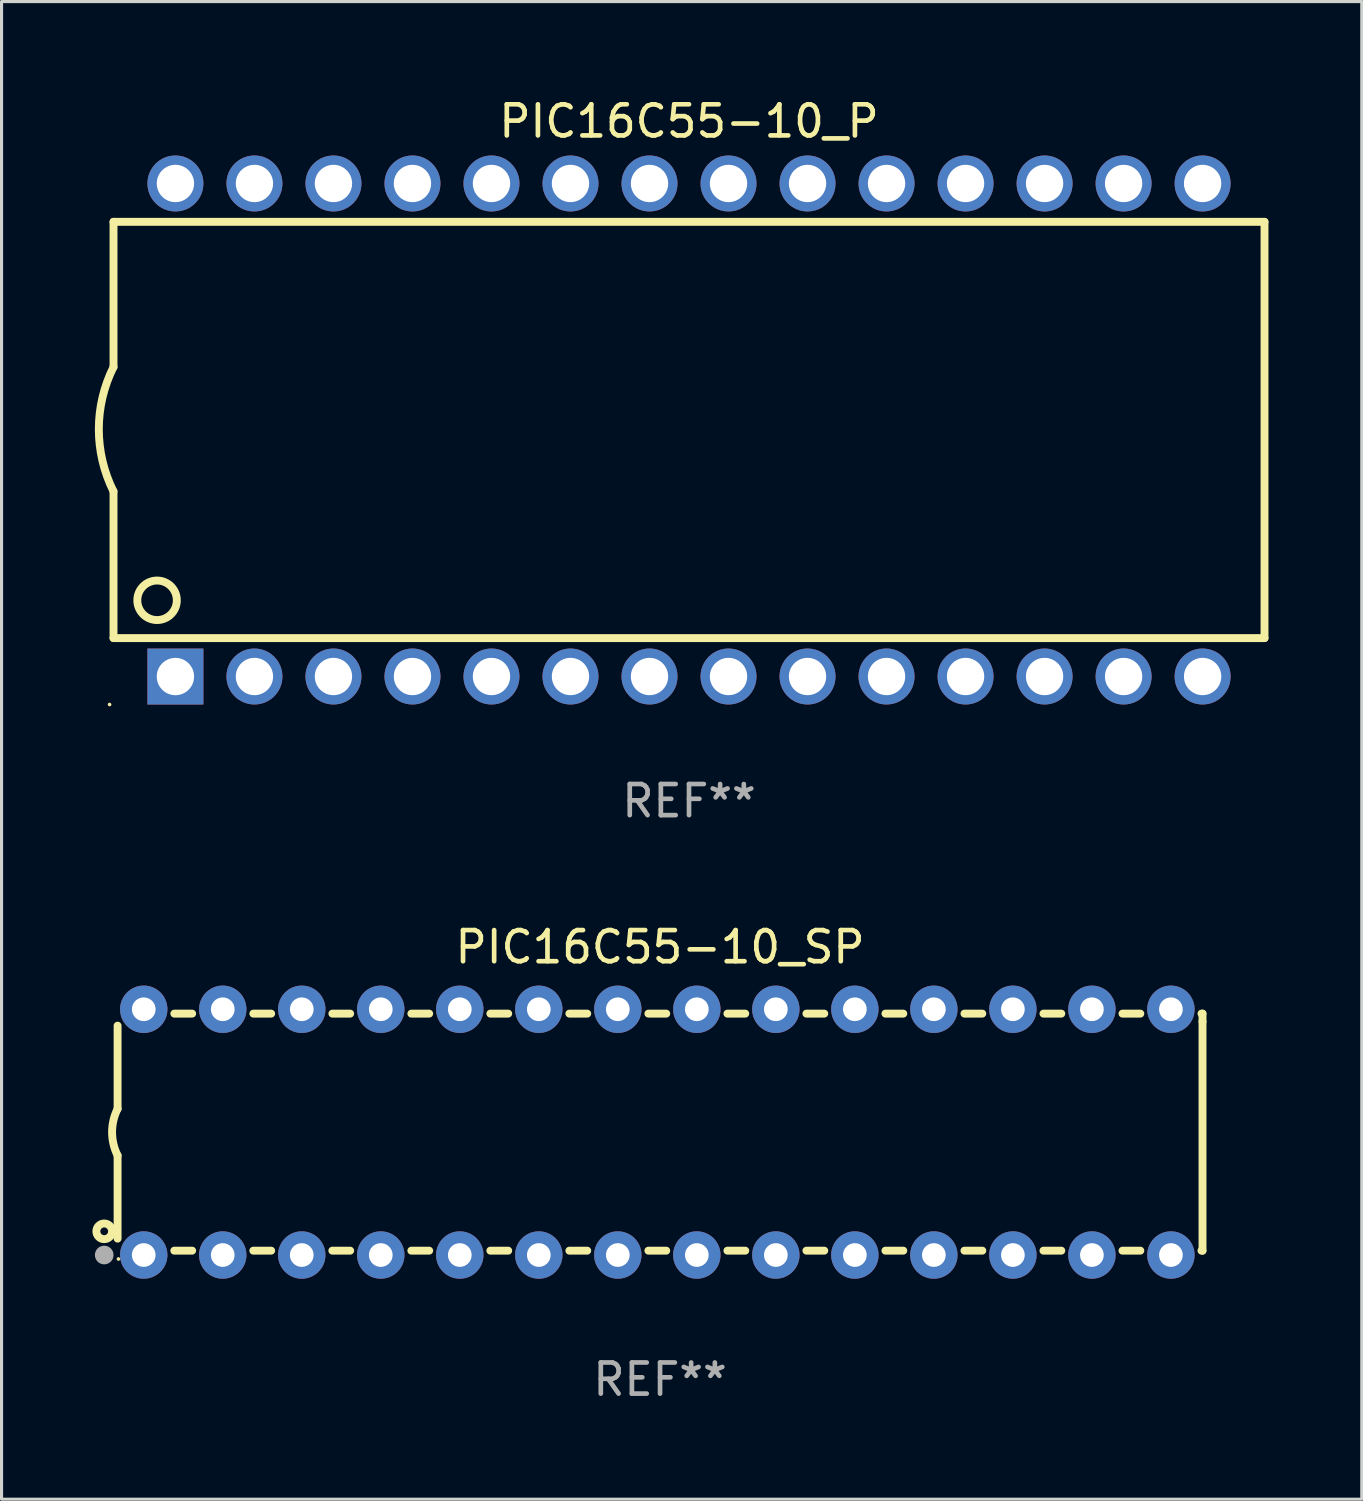
<source format=kicad_pcb>
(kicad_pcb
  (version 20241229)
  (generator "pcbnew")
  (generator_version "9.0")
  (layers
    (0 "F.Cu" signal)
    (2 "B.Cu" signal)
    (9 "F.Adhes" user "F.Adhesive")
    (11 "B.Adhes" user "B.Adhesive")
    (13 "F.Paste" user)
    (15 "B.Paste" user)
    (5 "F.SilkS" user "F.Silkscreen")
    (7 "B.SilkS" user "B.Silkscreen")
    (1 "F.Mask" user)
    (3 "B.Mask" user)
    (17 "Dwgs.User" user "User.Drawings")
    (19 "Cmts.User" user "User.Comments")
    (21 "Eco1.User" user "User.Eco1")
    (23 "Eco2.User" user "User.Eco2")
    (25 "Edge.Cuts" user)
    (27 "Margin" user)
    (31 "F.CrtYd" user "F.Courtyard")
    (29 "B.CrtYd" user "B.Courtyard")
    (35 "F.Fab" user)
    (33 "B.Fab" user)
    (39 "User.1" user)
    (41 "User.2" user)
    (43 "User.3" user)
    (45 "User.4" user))
  (footprint "PIC16C55-10_SP"
    (layer "F.Cu")
    (at 18.168 33.344)
    (property "Reference" "PIC16C55-10_SP" (at 0 -5.95 0) (layer "F.SilkS") (effects (font (size 1 1) (thickness 0.15))))
    (attr through_hole)
    (fp_line (start -17.438 0.75) (end -17.438 3.423) (stroke (width 0.254) (type solid)) (layer "F.SilkS"))
    (fp_line (start -17.438 -3.423) (end -17.438 -0.75) (stroke (width 0.254) (type solid)) (layer "F.SilkS"))
    (fp_line (start -15.615 3.81) (end -15.041 3.81) (stroke (width 0.254) (type solid)) (layer "F.SilkS"))
    (fp_line (start -15.041 -3.81) (end -15.614 -3.81) (stroke (width 0.254) (type solid)) (layer "F.SilkS"))
    (fp_line (start -13.075 3.81) (end -12.501 3.81) (stroke (width 0.254) (type solid)) (layer "F.SilkS"))
    (fp_line (start -12.501 -3.81) (end -13.074 -3.81) (stroke (width 0.254) (type solid)) (layer "F.SilkS"))
    (fp_line (start -10.535 3.81) (end -9.961 3.81) (stroke (width 0.254) (type solid)) (layer "F.SilkS"))
    (fp_line (start -9.961 -3.81) (end -10.534 -3.81) (stroke (width 0.254) (type solid)) (layer "F.SilkS"))
    (fp_line (start -7.995 3.81) (end -7.421 3.81) (stroke (width 0.254) (type solid)) (layer "F.SilkS"))
    (fp_line (start -7.421 -3.81) (end -7.995 -3.81) (stroke (width 0.254) (type solid)) (layer "F.SilkS"))
    (fp_line (start -5.455 3.81) (end -4.881 3.81) (stroke (width 0.254) (type solid)) (layer "F.SilkS"))
    (fp_line (start -4.881 -3.81) (end -5.455 -3.81) (stroke (width 0.254) (type solid)) (layer "F.SilkS"))
    (fp_line (start -2.915 3.81) (end -2.341 3.81) (stroke (width 0.254) (type solid)) (layer "F.SilkS"))
    (fp_line (start -2.341 -3.81) (end -2.915 -3.81) (stroke (width 0.254) (type solid)) (layer "F.SilkS"))
    (fp_line (start -0.375 3.81) (end 0.199 3.81) (stroke (width 0.254) (type solid)) (layer "F.SilkS"))
    (fp_line (start 0.199 -3.81) (end -0.375 -3.81) (stroke (width 0.254) (type solid)) (layer "F.SilkS"))
    (fp_line (start 2.165 3.81) (end 2.739 3.81) (stroke (width 0.254) (type solid)) (layer "F.SilkS"))
    (fp_line (start 2.739 -3.81) (end 2.165 -3.81) (stroke (width 0.254) (type solid)) (layer "F.SilkS"))
    (fp_line (start 4.705 3.81) (end 5.279 3.81) (stroke (width 0.254) (type solid)) (layer "F.SilkS"))
    (fp_line (start 5.279 -3.81) (end 4.705 -3.81) (stroke (width 0.254) (type solid)) (layer "F.SilkS"))
    (fp_line (start 7.245 3.81) (end 7.819 3.81) (stroke (width 0.254) (type solid)) (layer "F.SilkS"))
    (fp_line (start 7.819 -3.81) (end 7.245 -3.81) (stroke (width 0.254) (type solid)) (layer "F.SilkS"))
    (fp_line (start 9.785 3.81) (end 10.359 3.81) (stroke (width 0.254) (type solid)) (layer "F.SilkS"))
    (fp_line (start 10.359 -3.81) (end 9.785 -3.81) (stroke (width 0.254) (type solid)) (layer "F.SilkS"))
    (fp_line (start 12.325 3.81) (end 12.899 3.81) (stroke (width 0.254) (type solid)) (layer "F.SilkS"))
    (fp_line (start 12.899 -3.81) (end 12.325 -3.81) (stroke (width 0.254) (type solid)) (layer "F.SilkS"))
    (fp_line (start 14.865 3.81) (end 15.439 3.81) (stroke (width 0.254) (type solid)) (layer "F.SilkS"))
    (fp_line (start 15.439 -3.81) (end 14.865 -3.81) (stroke (width 0.254) (type solid)) (layer "F.SilkS"))
    (fp_line (start 17.405 3.81) (end 17.438 3.81) (stroke (width 0.254) (type solid)) (layer "F.SilkS"))
    (fp_line (start 17.438 -3.81) (end 17.405 -3.81) (stroke (width 0.254) (type solid)) (layer "F.SilkS"))
    (fp_line (start 17.438 -3.556) (end 17.438 -3.81) (stroke (width 0.254) (type solid)) (layer "F.SilkS"))
    (fp_line (start 17.438 3.81) (end 17.438 -3.556) (stroke (width 0.254) (type solid)) (layer "F.SilkS"))
    (fp_arc (start -17.437986 0.749657) (mid -17.614887 -0.000024) (end -17.437783 -0.749657) (stroke (width 0.254001) (type solid)) (layer "F.SilkS"))
    (fp_circle (center -17.868 3.188) (end -17.743 3.188) (stroke (width 0.254) (type solid)) (fill no) (layer "F.SilkS"))
    (fp_circle (center -17.411 4.077) (end -17.381 4.077) (stroke (width 0.06) (type solid)) (fill no) (layer "F.SilkS"))
    (fp_circle (center -17.868 3.95) (end -17.718 3.95) (stroke (width 0.3) (type solid)) (fill no) (layer "F.Fab"))
    (fp_text user "REF**" (at 0 7.95 0) (layer "F.Fab") (effects (font (size 1 1) (thickness 0.15))))
    (pad "1" thru_hole circle (at -16.598 3.95) (size 1.524 1.524) (drill 0.762) (layers "*.Cu" "*.Mask"))
    (pad "2" thru_hole circle (at -14.058 3.95) (size 1.524 1.524) (drill 0.762) (layers "*.Cu" "*.Mask"))
    (pad "3" thru_hole circle (at -11.518 3.95) (size 1.524 1.524) (drill 0.762) (layers "*.Cu" "*.Mask"))
    (pad "4" thru_hole circle (at -8.978 3.95) (size 1.524 1.524) (drill 0.762) (layers "*.Cu" "*.Mask"))
    (pad "5" thru_hole circle (at -6.438 3.95) (size 1.524 1.524) (drill 0.762) (layers "*.Cu" "*.Mask"))
    (pad "6" thru_hole circle (at -3.898 3.95) (size 1.524 1.524) (drill 0.762) (layers "*.Cu" "*.Mask"))
    (pad "7" thru_hole circle (at -1.358 3.95) (size 1.524 1.524) (drill 0.762) (layers "*.Cu" "*.Mask"))
    (pad "8" thru_hole circle (at 1.182 3.95) (size 1.524 1.524) (drill 0.762) (layers "*.Cu" "*.Mask"))
    (pad "9" thru_hole circle (at 3.722 3.95) (size 1.524 1.524) (drill 0.762) (layers "*.Cu" "*.Mask"))
    (pad "10" thru_hole circle (at 6.262 3.95) (size 1.524 1.524) (drill 0.762) (layers "*.Cu" "*.Mask"))
    (pad "11" thru_hole circle (at 8.802 3.95) (size 1.524 1.524) (drill 0.762) (layers "*.Cu" "*.Mask"))
    (pad "12" thru_hole circle (at 11.342 3.95) (size 1.524 1.524) (drill 0.762) (layers "*.Cu" "*.Mask"))
    (pad "13" thru_hole circle (at 13.882 3.95) (size 1.524 1.524) (drill 0.762) (layers "*.Cu" "*.Mask"))
    (pad "14" thru_hole circle (at 16.422 3.95) (size 1.524 1.524) (drill 0.762) (layers "*.Cu" "*.Mask"))
    (pad "15" thru_hole circle (at 16.422 -3.95) (size 1.524 1.524) (drill 0.762) (layers "*.Cu" "*.Mask"))
    (pad "16" thru_hole circle (at 13.882 -3.95) (size 1.524 1.524) (drill 0.762) (layers "*.Cu" "*.Mask"))
    (pad "17" thru_hole circle (at 11.342 -3.95) (size 1.524 1.524) (drill 0.762) (layers "*.Cu" "*.Mask"))
    (pad "18" thru_hole circle (at 8.802 -3.95) (size 1.524 1.524) (drill 0.762) (layers "*.Cu" "*.Mask"))
    (pad "19" thru_hole circle (at 6.262 -3.95) (size 1.524 1.524) (drill 0.762) (layers "*.Cu" "*.Mask"))
    (pad "20" thru_hole circle (at 3.722 -3.95) (size 1.524 1.524) (drill 0.762) (layers "*.Cu" "*.Mask"))
    (pad "21" thru_hole circle (at 1.182 -3.95) (size 1.524 1.524) (drill 0.762) (layers "*.Cu" "*.Mask"))
    (pad "22" thru_hole circle (at -1.358 -3.95) (size 1.524 1.524) (drill 0.762) (layers "*.Cu" "*.Mask"))
    (pad "23" thru_hole circle (at -3.898 -3.95) (size 1.524 1.524) (drill 0.762) (layers "*.Cu" "*.Mask"))
    (pad "24" thru_hole circle (at -6.438 -3.95) (size 1.524 1.524) (drill 0.762) (layers "*.Cu" "*.Mask"))
    (pad "25" thru_hole circle (at -8.978 -3.95) (size 1.524 1.524) (drill 0.762) (layers "*.Cu" "*.Mask"))
    (pad "26" thru_hole circle (at -11.517 -3.95) (size 1.524 1.524) (drill 0.762) (layers "*.Cu" "*.Mask"))
    (pad "27" thru_hole circle (at -14.057 -3.95) (size 1.524 1.524) (drill 0.762) (layers "*.Cu" "*.Mask"))
    (pad "28" thru_hole circle (at -16.597 -3.95) (size 1.524 1.524) (drill 0.762) (layers "*.Cu" "*.Mask")))
  (footprint "PIC16C55-10_P"
    (layer "F.Cu")
    (at 19.099 10.773)
    (property "Reference" "PIC16C55-10_P" (at 0 -9.925 0) (layer "F.SilkS") (effects (font (size 1 1) (thickness 0.15))))
    (attr through_hole)
    (fp_line (start -18.5 -6.692) (end -18.5 -2.026) (stroke (width 0.254) (type solid)) (layer "F.SilkS"))
    (fp_line (start -18.5 6.689) (end -18.5 1.974) (stroke (width 0.254) (type solid)) (layer "F.SilkS"))
    (fp_line (start -18.5 6.689) (end 18.5 6.689) (stroke (width 0.254) (type solid)) (layer "F.SilkS"))
    (fp_line (start 18.5 -6.692) (end -18.5 -6.692) (stroke (width 0.254) (type solid)) (layer "F.SilkS"))
    (fp_line (start 18.5 6.689) (end 18.5 -6.692) (stroke (width 0.254) (type solid)) (layer "F.SilkS"))
    (fp_arc (start -18.500051 1.974346) (mid -18.972187 -0.025654) (end -18.500051 -2.025654) (stroke (width 0.254001) (type solid)) (layer "F.SilkS"))
    (fp_circle (center -18.627 8.824) (end -18.597 8.824) (stroke (width 0.06) (type solid)) (fill no) (layer "F.SilkS"))
    (fp_circle (center -17.1 5.474) (end -16.465 5.474) (stroke (width 0.254) (type solid)) (fill no) (layer "F.SilkS"))
    (fp_text user "REF**" (at 0 11.925 0) (layer "F.Fab") (effects (font (size 1 1) (thickness 0.15))))
    (pad "1" thru_hole rect (at -16.51 7.925) (size 1.8 1.8) (drill 1.2) (layers "*.Cu" "*.Mask"))
    (pad "2" thru_hole circle (at -13.97 7.924) (size 1.8 1.8) (drill 1.2) (layers "*.Cu" "*.Mask"))
    (pad "3" thru_hole circle (at -11.43 7.924) (size 1.8 1.8) (drill 1.2) (layers "*.Cu" "*.Mask"))
    (pad "4" thru_hole circle (at -8.89 7.924) (size 1.8 1.8) (drill 1.2) (layers "*.Cu" "*.Mask"))
    (pad "5" thru_hole circle (at -6.35 7.924) (size 1.8 1.8) (drill 1.2) (layers "*.Cu" "*.Mask"))
    (pad "6" thru_hole circle (at -3.81 7.924) (size 1.8 1.8) (drill 1.2) (layers "*.Cu" "*.Mask"))
    (pad "7" thru_hole circle (at -1.27 7.924) (size 1.8 1.8) (drill 1.2) (layers "*.Cu" "*.Mask"))
    (pad "8" thru_hole circle (at 1.27 7.924) (size 1.8 1.8) (drill 1.2) (layers "*.Cu" "*.Mask"))
    (pad "9" thru_hole circle (at 3.81 7.924) (size 1.8 1.8) (drill 1.2) (layers "*.Cu" "*.Mask"))
    (pad "10" thru_hole circle (at 6.35 7.924) (size 1.8 1.8) (drill 1.2) (layers "*.Cu" "*.Mask"))
    (pad "11" thru_hole circle (at 8.89 7.924) (size 1.8 1.8) (drill 1.2) (layers "*.Cu" "*.Mask"))
    (pad "12" thru_hole circle (at 11.43 7.924) (size 1.8 1.8) (drill 1.2) (layers "*.Cu" "*.Mask"))
    (pad "13" thru_hole circle (at 13.97 7.924) (size 1.8 1.8) (drill 1.2) (layers "*.Cu" "*.Mask"))
    (pad "14" thru_hole circle (at 16.51 7.924) (size 1.8 1.8) (drill 1.2) (layers "*.Cu" "*.Mask"))
    (pad "15" thru_hole circle (at 16.51 -7.925) (size 1.8 1.8) (drill 1.2) (layers "*.Cu" "*.Mask"))
    (pad "16" thru_hole circle (at 13.97 -7.925) (size 1.8 1.8) (drill 1.2) (layers "*.Cu" "*.Mask"))
    (pad "17" thru_hole circle (at 11.43 -7.925) (size 1.8 1.8) (drill 1.2) (layers "*.Cu" "*.Mask"))
    (pad "18" thru_hole circle (at 8.89 -7.925) (size 1.8 1.8) (drill 1.2) (layers "*.Cu" "*.Mask"))
    (pad "19" thru_hole circle (at 6.35 -7.925) (size 1.8 1.8) (drill 1.2) (layers "*.Cu" "*.Mask"))
    (pad "20" thru_hole circle (at 3.81 -7.925) (size 1.8 1.8) (drill 1.2) (layers "*.Cu" "*.Mask"))
    (pad "21" thru_hole circle (at 1.27 -7.925) (size 1.8 1.8) (drill 1.2) (layers "*.Cu" "*.Mask"))
    (pad "22" thru_hole circle (at -1.27 -7.925) (size 1.8 1.8) (drill 1.2) (layers "*.Cu" "*.Mask"))
    (pad "23" thru_hole circle (at -3.81 -7.925) (size 1.8 1.8) (drill 1.2) (layers "*.Cu" "*.Mask"))
    (pad "24" thru_hole circle (at -6.35 -7.925) (size 1.8 1.8) (drill 1.2) (layers "*.Cu" "*.Mask"))
    (pad "25" thru_hole circle (at -8.89 -7.925) (size 1.8 1.8) (drill 1.2) (layers "*.Cu" "*.Mask"))
    (pad "26" thru_hole circle (at -11.43 -7.925) (size 1.8 1.8) (drill 1.2) (layers "*.Cu" "*.Mask"))
    (pad "27" thru_hole circle (at -13.97 -7.925) (size 1.8 1.8) (drill 1.2) (layers "*.Cu" "*.Mask"))
    (pad "28" thru_hole circle (at -16.51 -7.925) (size 1.8 1.8) (drill 1.2) (layers "*.Cu" "*.Mask")))
  (gr_rect
    (start -3 -3)
    (end 40.726 45.143)
    (stroke (width 0.1) (type default))
    (fill no)
    (layer "Edge.Cuts")))
</source>
